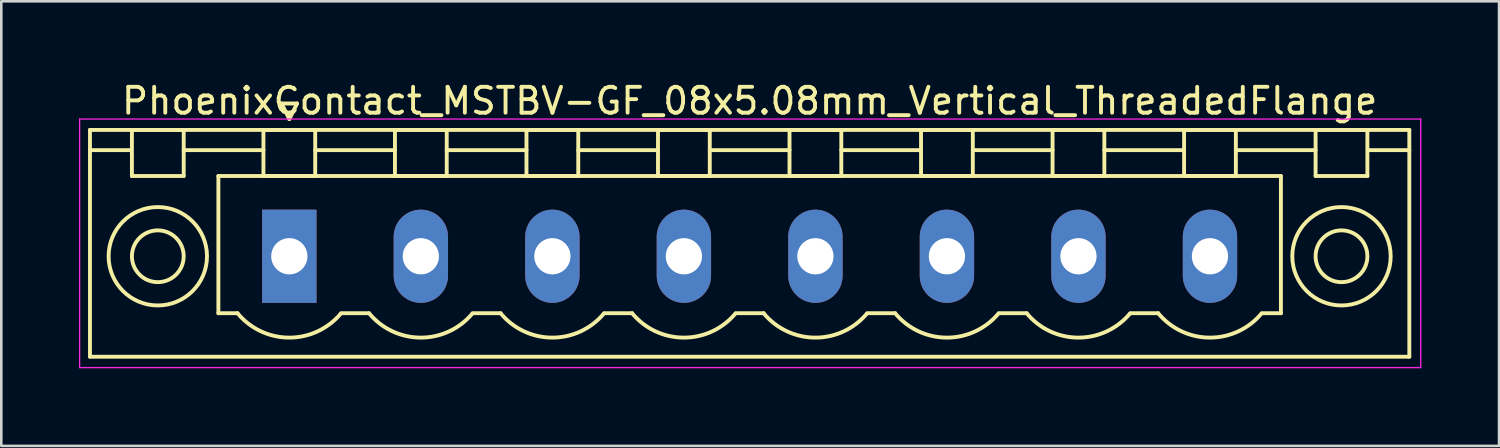
<source format=kicad_pcb>
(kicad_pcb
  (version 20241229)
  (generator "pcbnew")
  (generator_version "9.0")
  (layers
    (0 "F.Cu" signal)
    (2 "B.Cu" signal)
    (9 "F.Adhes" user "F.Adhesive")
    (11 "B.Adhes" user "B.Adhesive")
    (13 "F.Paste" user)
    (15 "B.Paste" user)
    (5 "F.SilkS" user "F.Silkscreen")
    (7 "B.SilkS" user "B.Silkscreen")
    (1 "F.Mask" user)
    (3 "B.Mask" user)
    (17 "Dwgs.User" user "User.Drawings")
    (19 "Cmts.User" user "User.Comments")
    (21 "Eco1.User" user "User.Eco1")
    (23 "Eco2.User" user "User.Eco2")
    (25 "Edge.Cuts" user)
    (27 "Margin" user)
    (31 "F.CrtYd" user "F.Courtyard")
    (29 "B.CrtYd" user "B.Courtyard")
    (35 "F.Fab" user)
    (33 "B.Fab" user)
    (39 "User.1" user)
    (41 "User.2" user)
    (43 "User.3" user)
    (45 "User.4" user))
  (footprint "PhoenixContact_MSTBV-GF_08x5.08mm_Vertical_ThreadedFlange"
    (layer "F.Cu")
    (at 8.125 6.848)
    (property "Reference" "PhoenixContact_MSTBV-GF_08x5.08mm_Vertical_ThreadedFlange" (at 17.78 -6 0) (layer "F.SilkS") (effects (font (size 1 1) (thickness 0.15))))
    (attr through_hole)
    (fp_line (start -7.7 -4.88) (end -7.7 3.88) (stroke (width 0.15) (type solid)) (layer "F.SilkS"))
    (fp_line (start -7.7 -4.1) (end -6.16 -4.1) (stroke (width 0.15) (type solid)) (layer "F.SilkS"))
    (fp_line (start -7.7 3.88) (end 43.26 3.88) (stroke (width 0.15) (type solid)) (layer "F.SilkS"))
    (fp_line (start -6.08 -4.88) (end -4.08 -4.88) (stroke (width 0.15) (type solid)) (layer "F.SilkS"))
    (fp_line (start -6.08 -3.1) (end -6.08 -4.88) (stroke (width 0.15) (type solid)) (layer "F.SilkS"))
    (fp_line (start -4.08 -4.88) (end -4.08 -3.1) (stroke (width 0.15) (type solid)) (layer "F.SilkS"))
    (fp_line (start -4.08 -4.1) (end -1 -4.1) (stroke (width 0.15) (type solid)) (layer "F.SilkS"))
    (fp_line (start -4.08 -3.1) (end -6.08 -3.1) (stroke (width 0.15) (type solid)) (layer "F.SilkS"))
    (fp_line (start -2.74 -3.1) (end 38.3 -3.1) (stroke (width 0.15) (type solid)) (layer "F.SilkS"))
    (fp_line (start -2.74 2.2) (end -2.74 -3.1) (stroke (width 0.15) (type solid)) (layer "F.SilkS"))
    (fp_line (start -2 2.2) (end -2.74 2.2) (stroke (width 0.15) (type solid)) (layer "F.SilkS"))
    (fp_line (start -1 -4.88) (end 1 -4.88) (stroke (width 0.15) (type solid)) (layer "F.SilkS"))
    (fp_line (start -1 -3.1) (end -1 -4.88) (stroke (width 0.15) (type solid)) (layer "F.SilkS"))
    (fp_line (start -0.3 -5.9) (end 0 -5.3) (stroke (width 0.15) (type solid)) (layer "F.SilkS"))
    (fp_line (start 0 -5.3) (end 0.3 -5.9) (stroke (width 0.15) (type solid)) (layer "F.SilkS"))
    (fp_line (start 0.3 -5.9) (end -0.3 -5.9) (stroke (width 0.15) (type solid)) (layer "F.SilkS"))
    (fp_line (start 1 -4.88) (end 1 -3.1) (stroke (width 0.15) (type solid)) (layer "F.SilkS"))
    (fp_line (start 1 -4.1) (end 4.08 -4.1) (stroke (width 0.15) (type solid)) (layer "F.SilkS"))
    (fp_line (start 1 -3.1) (end -1 -3.1) (stroke (width 0.15) (type solid)) (layer "F.SilkS"))
    (fp_line (start 2 2.2) (end 3.08 2.2) (stroke (width 0.15) (type solid)) (layer "F.SilkS"))
    (fp_line (start 4.08 -4.88) (end 6.08 -4.88) (stroke (width 0.15) (type solid)) (layer "F.SilkS"))
    (fp_line (start 4.08 -3.1) (end 4.08 -4.88) (stroke (width 0.15) (type solid)) (layer "F.SilkS"))
    (fp_line (start 6.08 -4.88) (end 6.08 -3.1) (stroke (width 0.15) (type solid)) (layer "F.SilkS"))
    (fp_line (start 6.08 -4.1) (end 9.16 -4.1) (stroke (width 0.15) (type solid)) (layer "F.SilkS"))
    (fp_line (start 6.08 -3.1) (end 4.08 -3.1) (stroke (width 0.15) (type solid)) (layer "F.SilkS"))
    (fp_line (start 7.08 2.2) (end 8.16 2.2) (stroke (width 0.15) (type solid)) (layer "F.SilkS"))
    (fp_line (start 9.16 -4.88) (end 11.16 -4.88) (stroke (width 0.15) (type solid)) (layer "F.SilkS"))
    (fp_line (start 9.16 -3.1) (end 9.16 -4.88) (stroke (width 0.15) (type solid)) (layer "F.SilkS"))
    (fp_line (start 11.16 -4.88) (end 11.16 -3.1) (stroke (width 0.15) (type solid)) (layer "F.SilkS"))
    (fp_line (start 11.16 -4.1) (end 14.24 -4.1) (stroke (width 0.15) (type solid)) (layer "F.SilkS"))
    (fp_line (start 11.16 -3.1) (end 9.16 -3.1) (stroke (width 0.15) (type solid)) (layer "F.SilkS"))
    (fp_line (start 12.16 2.2) (end 13.24 2.2) (stroke (width 0.15) (type solid)) (layer "F.SilkS"))
    (fp_line (start 14.24 -4.88) (end 16.24 -4.88) (stroke (width 0.15) (type solid)) (layer "F.SilkS"))
    (fp_line (start 14.24 -3.1) (end 14.24 -4.88) (stroke (width 0.15) (type solid)) (layer "F.SilkS"))
    (fp_line (start 16.24 -4.88) (end 16.24 -3.1) (stroke (width 0.15) (type solid)) (layer "F.SilkS"))
    (fp_line (start 16.24 -4.1) (end 19.32 -4.1) (stroke (width 0.15) (type solid)) (layer "F.SilkS"))
    (fp_line (start 16.24 -3.1) (end 14.24 -3.1) (stroke (width 0.15) (type solid)) (layer "F.SilkS"))
    (fp_line (start 17.24 2.2) (end 18.32 2.2) (stroke (width 0.15) (type solid)) (layer "F.SilkS"))
    (fp_line (start 19.32 -4.88) (end 21.32 -4.88) (stroke (width 0.15) (type solid)) (layer "F.SilkS"))
    (fp_line (start 19.32 -3.1) (end 19.32 -4.88) (stroke (width 0.15) (type solid)) (layer "F.SilkS"))
    (fp_line (start 21.32 -4.88) (end 21.32 -3.1) (stroke (width 0.15) (type solid)) (layer "F.SilkS"))
    (fp_line (start 21.32 -4.1) (end 24.4 -4.1) (stroke (width 0.15) (type solid)) (layer "F.SilkS"))
    (fp_line (start 21.32 -3.1) (end 19.32 -3.1) (stroke (width 0.15) (type solid)) (layer "F.SilkS"))
    (fp_line (start 22.32 2.2) (end 23.4 2.2) (stroke (width 0.15) (type solid)) (layer "F.SilkS"))
    (fp_line (start 24.4 -4.88) (end 26.4 -4.88) (stroke (width 0.15) (type solid)) (layer "F.SilkS"))
    (fp_line (start 24.4 -3.1) (end 24.4 -4.88) (stroke (width 0.15) (type solid)) (layer "F.SilkS"))
    (fp_line (start 26.4 -4.88) (end 26.4 -3.1) (stroke (width 0.15) (type solid)) (layer "F.SilkS"))
    (fp_line (start 26.4 -4.1) (end 29.48 -4.1) (stroke (width 0.15) (type solid)) (layer "F.SilkS"))
    (fp_line (start 26.4 -3.1) (end 24.4 -3.1) (stroke (width 0.15) (type solid)) (layer "F.SilkS"))
    (fp_line (start 27.4 2.2) (end 28.48 2.2) (stroke (width 0.15) (type solid)) (layer "F.SilkS"))
    (fp_line (start 29.48 -4.88) (end 31.48 -4.88) (stroke (width 0.15) (type solid)) (layer "F.SilkS"))
    (fp_line (start 29.48 -3.1) (end 29.48 -4.88) (stroke (width 0.15) (type solid)) (layer "F.SilkS"))
    (fp_line (start 31.48 -4.88) (end 31.48 -3.1) (stroke (width 0.15) (type solid)) (layer "F.SilkS"))
    (fp_line (start 31.48 -4.1) (end 34.56 -4.1) (stroke (width 0.15) (type solid)) (layer "F.SilkS"))
    (fp_line (start 31.48 -3.1) (end 29.48 -3.1) (stroke (width 0.15) (type solid)) (layer "F.SilkS"))
    (fp_line (start 32.48 2.2) (end 33.56 2.2) (stroke (width 0.15) (type solid)) (layer "F.SilkS"))
    (fp_line (start 34.56 -4.88) (end 36.56 -4.88) (stroke (width 0.15) (type solid)) (layer "F.SilkS"))
    (fp_line (start 34.56 -3.1) (end 34.56 -4.88) (stroke (width 0.15) (type solid)) (layer "F.SilkS"))
    (fp_line (start 36.56 -4.88) (end 36.56 -3.1) (stroke (width 0.15) (type solid)) (layer "F.SilkS"))
    (fp_line (start 36.56 -4.1) (end 39.64 -4.1) (stroke (width 0.15) (type solid)) (layer "F.SilkS"))
    (fp_line (start 36.56 -3.1) (end 34.56 -3.1) (stroke (width 0.15) (type solid)) (layer "F.SilkS"))
    (fp_line (start 38.3 -3.1) (end 38.3 2.2) (stroke (width 0.15) (type solid)) (layer "F.SilkS"))
    (fp_line (start 38.3 2.2) (end 37.56 2.2) (stroke (width 0.15) (type solid)) (layer "F.SilkS"))
    (fp_line (start 39.64 -4.88) (end 41.64 -4.88) (stroke (width 0.15) (type solid)) (layer "F.SilkS"))
    (fp_line (start 39.64 -3.1) (end 39.64 -4.88) (stroke (width 0.15) (type solid)) (layer "F.SilkS"))
    (fp_line (start 41.64 -4.88) (end 41.64 -3.1) (stroke (width 0.15) (type solid)) (layer "F.SilkS"))
    (fp_line (start 41.64 -3.1) (end 39.64 -3.1) (stroke (width 0.15) (type solid)) (layer "F.SilkS"))
    (fp_line (start 43.26 -4.88) (end -7.7 -4.88) (stroke (width 0.15) (type solid)) (layer "F.SilkS"))
    (fp_line (start 43.26 -4.1) (end 41.72 -4.1) (stroke (width 0.15) (type solid)) (layer "F.SilkS"))
    (fp_line (start 43.26 3.88) (end 43.26 -4.88) (stroke (width 0.15) (type solid)) (layer "F.SilkS"))
    (fp_arc (start 1.986842 2.215821) (mid -0.010289 3.142758) (end -2 2.2) (stroke (width 0.15) (type solid)) (layer "F.SilkS"))
    (fp_arc (start 7.066842 2.215821) (mid 5.069711 3.142758) (end 3.08 2.2) (stroke (width 0.15) (type solid)) (layer "F.SilkS"))
    (fp_arc (start 12.146842 2.215821) (mid 10.149711 3.142758) (end 8.16 2.2) (stroke (width 0.15) (type solid)) (layer "F.SilkS"))
    (fp_arc (start 17.226842 2.215821) (mid 15.229711 3.142758) (end 13.24 2.2) (stroke (width 0.15) (type solid)) (layer "F.SilkS"))
    (fp_arc (start 22.306842 2.215821) (mid 20.309711 3.142758) (end 18.32 2.2) (stroke (width 0.15) (type solid)) (layer "F.SilkS"))
    (fp_arc (start 27.386842 2.215821) (mid 25.389711 3.142758) (end 23.4 2.2) (stroke (width 0.15) (type solid)) (layer "F.SilkS"))
    (fp_arc (start 32.466842 2.215821) (mid 30.469711 3.142758) (end 28.48 2.2) (stroke (width 0.15) (type solid)) (layer "F.SilkS"))
    (fp_arc (start 37.546842 2.215821) (mid 35.549711 3.142758) (end 33.56 2.2) (stroke (width 0.15) (type solid)) (layer "F.SilkS"))
    (fp_circle (center -5.08 0) (end -4.08 0) (stroke (width 0.15) (type solid)) (fill no) (layer "F.SilkS"))
    (fp_circle (center -5.08 0) (end -3.18 0) (stroke (width 0.15) (type solid)) (fill no) (layer "F.SilkS"))
    (fp_circle (center 40.64 0) (end 41.64 0) (stroke (width 0.15) (type solid)) (fill no) (layer "F.SilkS"))
    (fp_circle (center 40.64 0) (end 42.54 0) (stroke (width 0.15) (type solid)) (fill no) (layer "F.SilkS"))
    (fp_line (start -8.1 -5.3) (end -8.1 4.3) (stroke (width 0.05) (type solid)) (layer "F.CrtYd"))
    (fp_line (start -8.1 4.3) (end 43.7 4.3) (stroke (width 0.05) (type solid)) (layer "F.CrtYd"))
    (fp_line (start 43.7 -5.3) (end -8.1 -5.3) (stroke (width 0.05) (type solid)) (layer "F.CrtYd"))
    (fp_line (start 43.7 4.3) (end 43.7 -5.3) (stroke (width 0.05) (type solid)) (layer "F.CrtYd"))
    (pad "1" thru_hole rect (at 0 0) (size 2.1 3.6) (drill 1.4) (layers "*.Cu" "*.Mask"))
    (pad "2" thru_hole oval (at 5.08 0) (size 2.1 3.6) (drill 1.4) (layers "*.Cu" "*.Mask"))
    (pad "3" thru_hole oval (at 10.16 0) (size 2.1 3.6) (drill 1.4) (layers "*.Cu" "*.Mask"))
    (pad "4" thru_hole oval (at 15.24 0) (size 2.1 3.6) (drill 1.4) (layers "*.Cu" "*.Mask"))
    (pad "5" thru_hole oval (at 20.32 0) (size 2.1 3.6) (drill 1.4) (layers "*.Cu" "*.Mask"))
    (pad "6" thru_hole oval (at 25.4 0) (size 2.1 3.6) (drill 1.4) (layers "*.Cu" "*.Mask"))
    (pad "7" thru_hole oval (at 30.48 0) (size 2.1 3.6) (drill 1.4) (layers "*.Cu" "*.Mask"))
    (pad "8" thru_hole oval (at 35.56 0) (size 2.1 3.6) (drill 1.4) (layers "*.Cu" "*.Mask")))
  (gr_rect
    (start -3 -3)
    (end 54.85 14.173)
    (stroke (width 0.1) (type default))
    (fill no)
    (layer "Edge.Cuts")))
</source>
